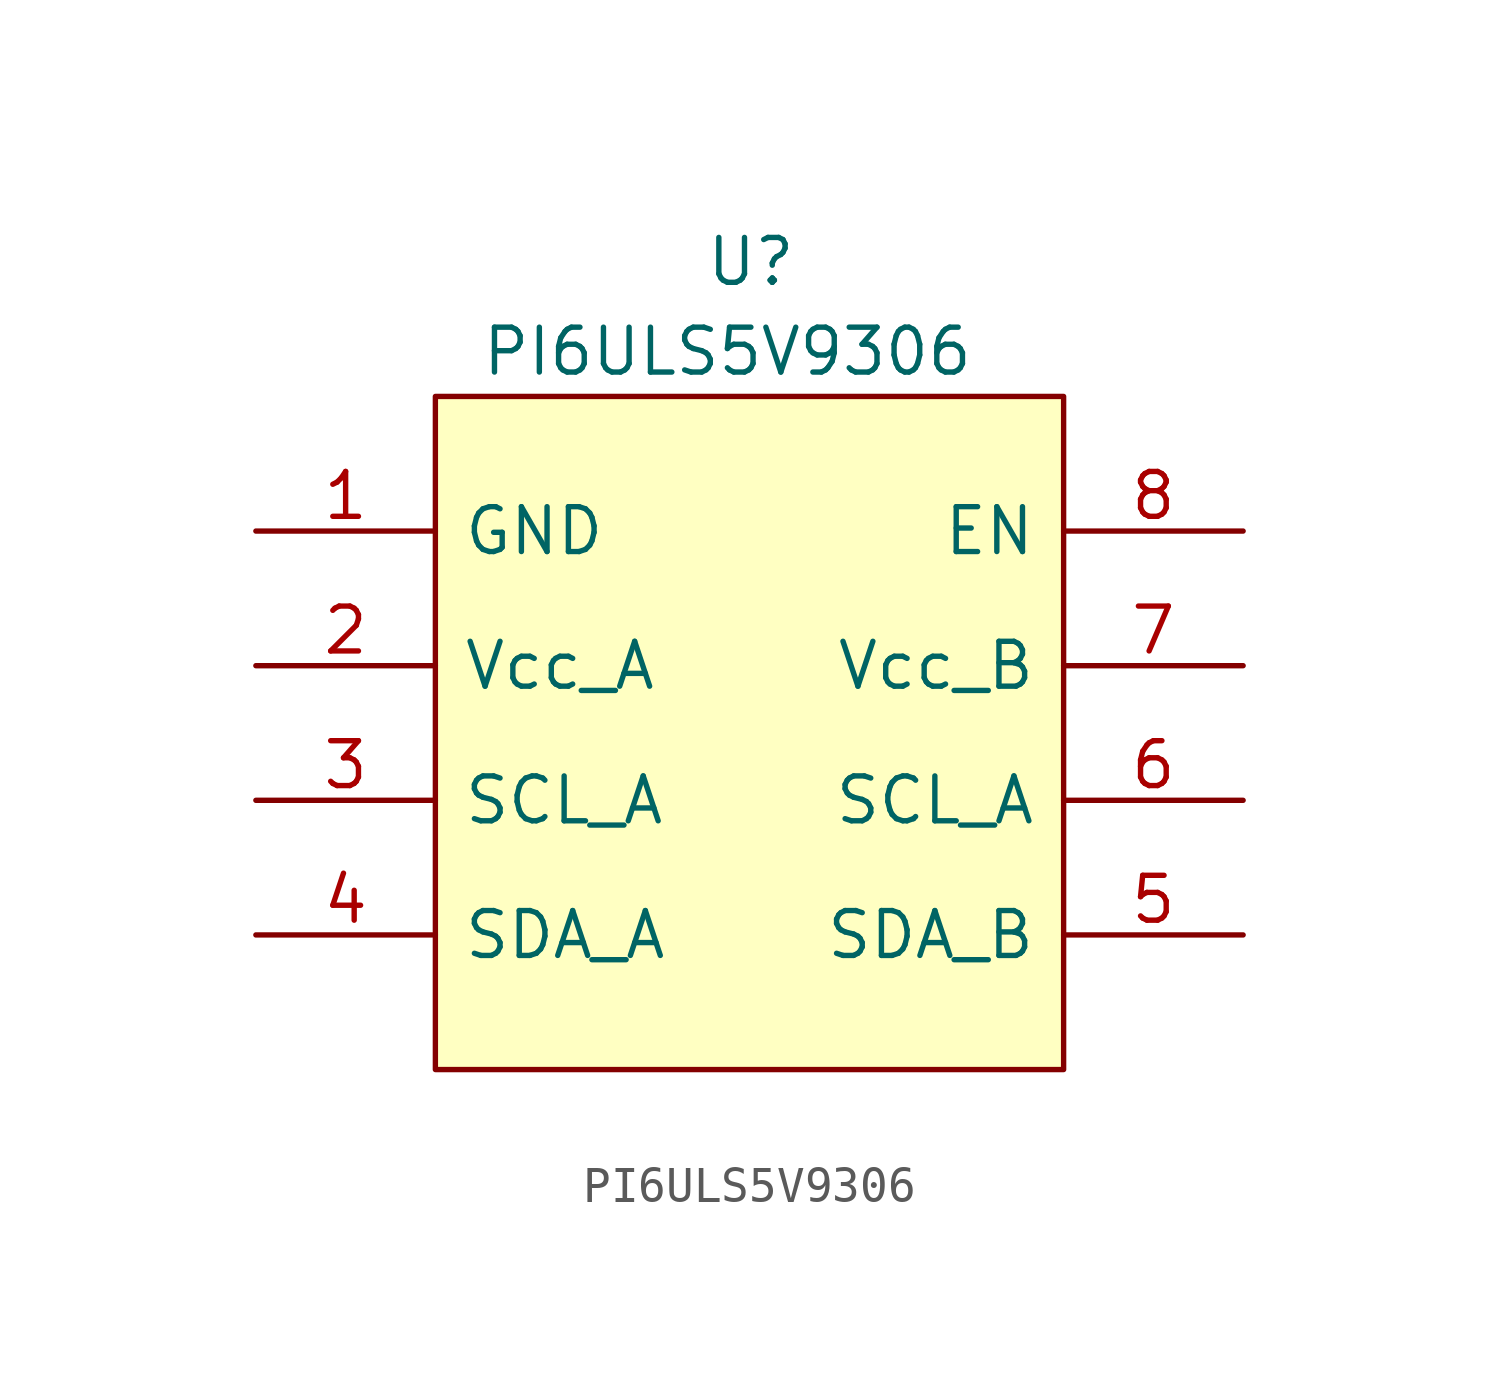
<source format=kicad_sym>
(kicad_symbol_lib
  (version 20211014)
  (generator kicad_symbol_editor)
  (symbol "PI6ULS5V9306"
    (pin_names
      (offset 0.762))
    (property "Reference" "U"
      (at 12.7 7.62 0)
      (effects (font (size 1.27 1.27)) (justify left)))
    (property "Value" "PI6ULS5V9306"
      (at 6.35 5.08 0)
      (effects (font (size 1.27 1.27)) (justify left)))
    (symbol "PI6ULS5V9306_0_0"
      (pin passive line (at 0 0 0) (length 5.08) (name "GND" (effects (font (size 1.27 1.27)))) (number "1" (effects (font (size 1.27 1.27)))))
      (pin passive line (at 0 -3.81 0) (length 5.08) (name "Vcc_A" (effects (font (size 1.27 1.27)))) (number "2" (effects (font (size 1.27 1.27)))))
      (pin passive line (at 0 -7.62 0) (length 5.08) (name "SCL_A" (effects (font (size 1.27 1.27)))) (number "3" (effects (font (size 1.27 1.27)))))
      (pin passive line (at 0 -11.43 0) (length 5.08) (name "SDA_A" (effects (font (size 1.27 1.27)))) (number "4" (effects (font (size 1.27 1.27)))))
      (pin passive line (at 27.94 -11.43 180) (length 5.08) (name "SDA_B" (effects (font (size 1.27 1.27)))) (number "5" (effects (font (size 1.27 1.27)))))
      (pin passive line (at 27.94 -7.62 180) (length 5.08) (name "SCL_A" (effects (font (size 1.27 1.27)))) (number "6" (effects (font (size 1.27 1.27)))))
      (pin passive line (at 27.94 -3.81 180) (length 5.08) (name "Vcc_B" (effects (font (size 1.27 1.27)))) (number "7" (effects (font (size 1.27 1.27)))))
      (pin passive line (at 27.94 0 180) (length 5.08) (name "EN" (effects (font (size 1.27 1.27)))) (number "8" (effects (font (size 1.27 1.27))))))
    (symbol "PI6ULS5V9306_0_1"
      (polyline (pts (xy 5.08 3.81) (xy 22.86 3.81) (xy 22.86 -15.24) (xy 5.08 -15.24) (xy 5.08 3.81)) (stroke (width 0.152) (type default) (color 0 0 0 0)) (fill (type background))))))
</source>
